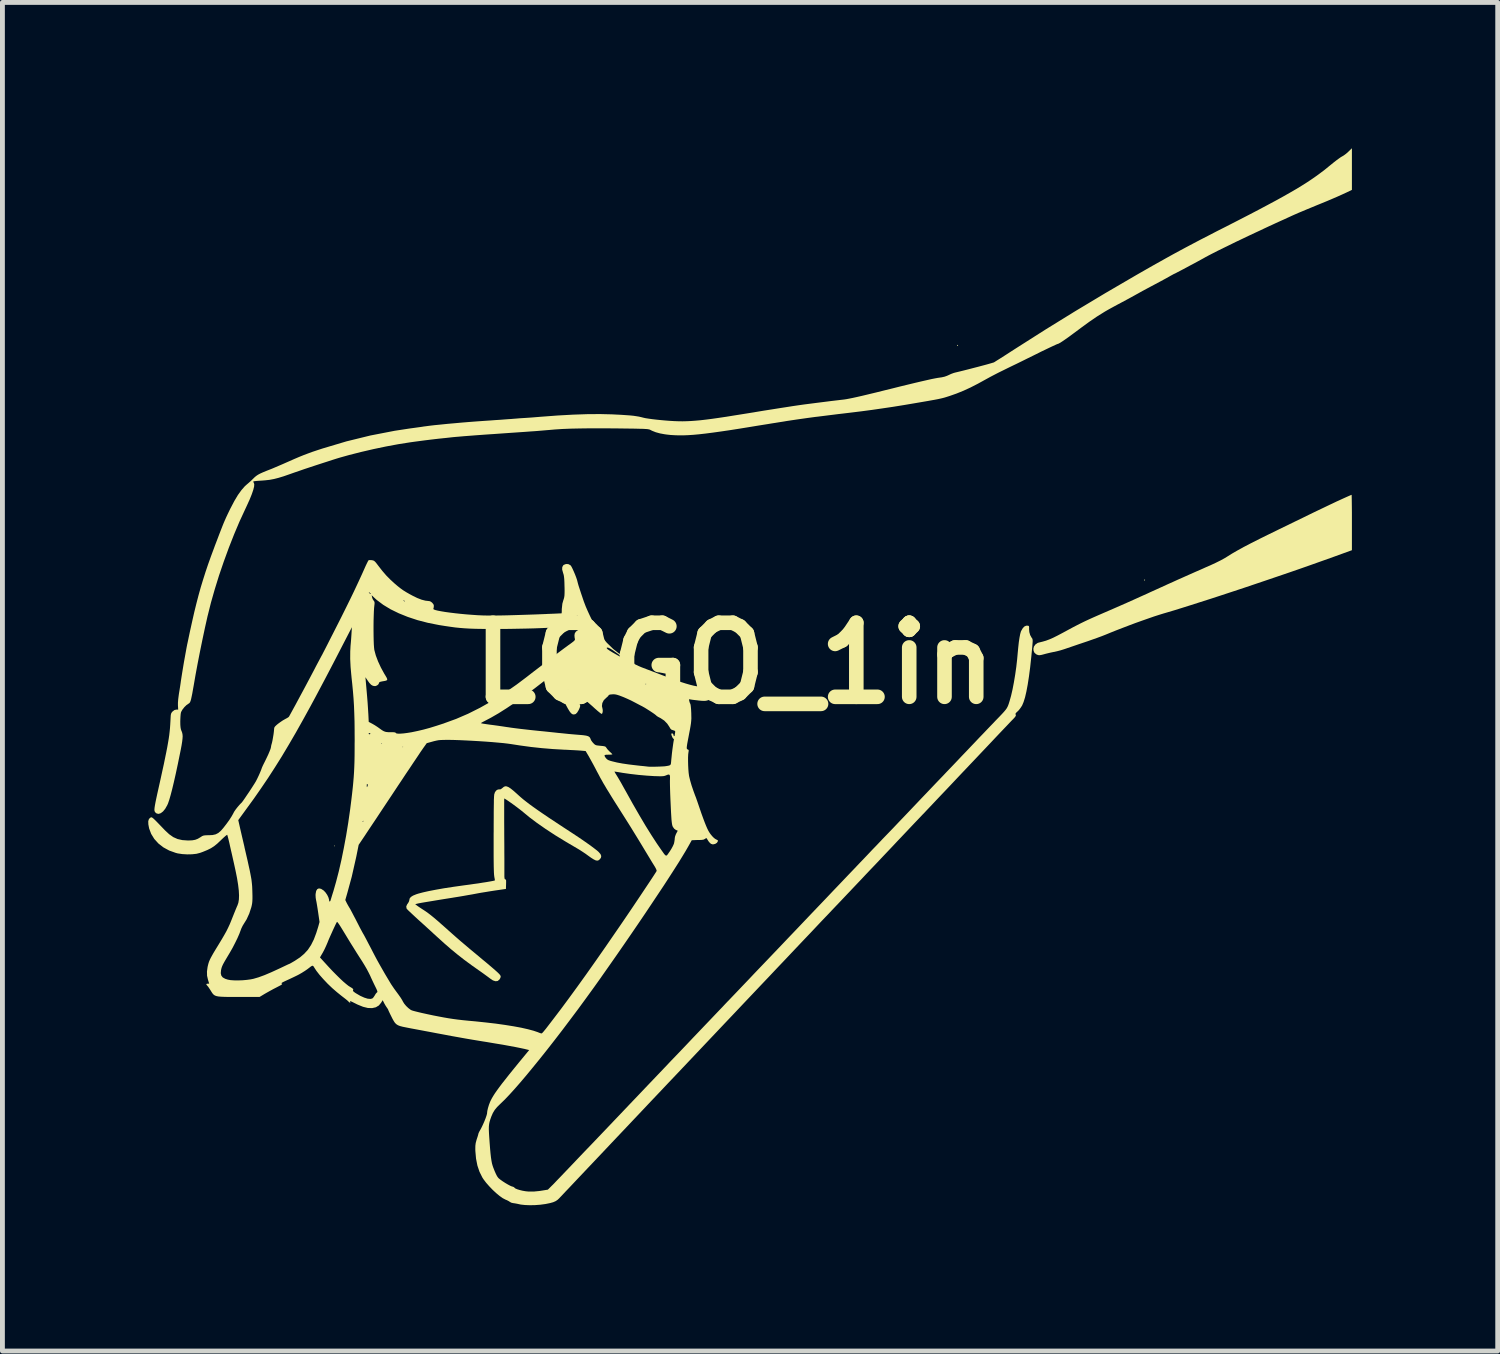
<source format=kicad_pcb>
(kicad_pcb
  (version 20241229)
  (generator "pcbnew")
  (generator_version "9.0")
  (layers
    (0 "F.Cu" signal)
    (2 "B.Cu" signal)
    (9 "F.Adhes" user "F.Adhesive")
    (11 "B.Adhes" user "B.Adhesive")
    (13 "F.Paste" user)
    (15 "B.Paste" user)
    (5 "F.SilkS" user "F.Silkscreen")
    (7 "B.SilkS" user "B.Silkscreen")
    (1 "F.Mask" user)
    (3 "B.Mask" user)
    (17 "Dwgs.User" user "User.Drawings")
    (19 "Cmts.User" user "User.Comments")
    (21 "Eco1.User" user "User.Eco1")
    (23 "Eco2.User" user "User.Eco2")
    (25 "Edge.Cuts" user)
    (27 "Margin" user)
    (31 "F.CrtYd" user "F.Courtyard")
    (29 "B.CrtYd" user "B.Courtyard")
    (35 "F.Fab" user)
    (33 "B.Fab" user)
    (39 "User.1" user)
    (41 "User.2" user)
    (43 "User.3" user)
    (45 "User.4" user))
  (footprint "LOGO_1in"
    (layer "F.Cu")
    (at 12.064 10.597)
    (property "Reference" "LOGO_1in" (at 0 0 0) (layer "F.SilkS") (effects (font (size 1.524 1.524) (thickness 0.3))))
    (attr board_only exclude_from_pos_files exclude_from_bom)
    (fp_poly (pts (xy -8.234 3.744) (xy -8.232 3.764) (xy -8.235 3.768) (xy -8.24 3.765) (xy -8.241 3.752) (xy -8.238 3.738)) (stroke (width 0) (type solid)) (fill yes) (layer "F.SilkS"))
    (fp_poly (pts (xy 4.597 -6.543) (xy 4.597 -6.54) (xy 4.588 -6.528) (xy 4.584 -6.528) (xy 4.576 -6.536) (xy 4.578 -6.54) (xy 4.59 -6.553) (xy 4.592 -6.553)) (stroke (width 0) (type solid)) (fill yes) (layer "F.SilkS"))
    (fp_poly (pts (xy 8.445 -1.717) (xy 8.445 -1.714) (xy 8.436 -1.702) (xy 8.432 -1.702) (xy 8.424 -1.71) (xy 8.426 -1.714) (xy 8.438 -1.727) (xy 8.44 -1.727)) (stroke (width 0) (type solid)) (fill yes) (layer "F.SilkS"))
    (fp_poly (pts (xy -1.569 0.153) (xy -1.53 0.158) (xy -1.484 0.164) (xy -1.44 0.172) (xy -1.402 0.18) (xy -1.383 0.184) (xy -1.363 0.196) (xy -1.359 0.204) (xy -1.371 0.213) (xy -1.406 0.213) (xy -1.448 0.207) (xy -1.484 0.199) (xy -1.525 0.187) (xy -1.565 0.173) (xy -1.595 0.161) (xy -1.606 0.154) (xy -1.597 0.152)) (stroke (width 0) (type solid)) (fill yes) (layer "F.SilkS"))
    (fp_poly (pts (xy 12.695 -3.455) (xy 12.696 -3.42) (xy 12.697 -3.364) (xy 12.698 -3.291) (xy 12.699 -3.202) (xy 12.7 -3.101) (xy 12.7 -2.99) (xy 12.7 -2.897) (xy 12.7 -2.327) (xy 12.259 -2.167) (xy 12.067 -2.099) (xy 11.862 -2.026) (xy 11.646 -1.95) (xy 11.421 -1.872) (xy 11.189 -1.793) (xy 10.954 -1.713) (xy 10.717 -1.633) (xy 10.48 -1.553) (xy 10.247 -1.476) (xy 10.019 -1.401) (xy 9.799 -1.329) (xy 9.589 -1.262) (xy 9.392 -1.199) (xy 9.211 -1.142) (xy 9.047 -1.091) (xy 8.902 -1.048) (xy 8.82 -1.024) (xy 8.736 -0.998) (xy 8.633 -0.965) (xy 8.515 -0.924) (xy 8.387 -0.879) (xy 8.252 -0.831) (xy 8.116 -0.78) (xy 7.983 -0.729) (xy 7.856 -0.68) (xy 7.741 -0.634) (xy 7.678 -0.608) (xy 7.624 -0.586) (xy 7.55 -0.557) (xy 7.463 -0.525) (xy 7.367 -0.491) (xy 7.268 -0.456) (xy 7.188 -0.429) (xy 7.095 -0.398) (xy 7.005 -0.367) (xy 6.923 -0.339) (xy 6.852 -0.315) (xy 6.797 -0.296) (xy 6.763 -0.285) (xy 6.705 -0.267) (xy 6.636 -0.249) (xy 6.571 -0.234) (xy 6.566 -0.234) (xy 6.503 -0.221) (xy 6.436 -0.205) (xy 6.38 -0.191) (xy 6.375 -0.189) (xy 6.318 -0.174) (xy 6.277 -0.167) (xy 6.246 -0.169) (xy 6.217 -0.18) (xy 6.207 -0.185) (xy 6.17 -0.215) (xy 6.151 -0.257) (xy 6.147 -0.299) (xy 6.158 -0.345) (xy 6.189 -0.388) (xy 6.232 -0.418) (xy 6.256 -0.426) (xy 6.333 -0.445) (xy 6.406 -0.466) (xy 6.478 -0.493) (xy 6.556 -0.527) (xy 6.644 -0.571) (xy 6.748 -0.626) (xy 6.763 -0.634) (xy 6.87 -0.692) (xy 6.963 -0.742) (xy 7.048 -0.786) (xy 7.129 -0.827) (xy 7.209 -0.866) (xy 7.293 -0.905) (xy 7.386 -0.947) (xy 7.491 -0.993) (xy 7.613 -1.046) (xy 7.687 -1.078) (xy 7.8 -1.127) (xy 7.93 -1.184) (xy 8.071 -1.246) (xy 8.214 -1.31) (xy 8.355 -1.374) (xy 8.487 -1.433) (xy 8.553 -1.464) (xy 8.668 -1.516) (xy 8.787 -1.57) (xy 8.907 -1.625) (xy 9.021 -1.676) (xy 9.126 -1.724) (xy 9.217 -1.764) (xy 9.277 -1.791) (xy 9.374 -1.834) (xy 9.482 -1.882) (xy 9.593 -1.93) (xy 9.697 -1.977) (xy 9.785 -2.015) (xy 9.899 -2.068) (xy 10.002 -2.119) (xy 10.089 -2.167) (xy 10.147 -2.203) (xy 10.233 -2.257) (xy 10.342 -2.32) (xy 10.474 -2.393) (xy 10.628 -2.473) (xy 10.804 -2.562) (xy 11.001 -2.66) (xy 11.005 -2.661) (xy 11.205 -2.759) (xy 11.384 -2.846) (xy 11.544 -2.924) (xy 11.685 -2.992) (xy 11.809 -3.053) (xy 11.918 -3.106) (xy 12.014 -3.152) (xy 12.098 -3.192) (xy 12.171 -3.227) (xy 12.235 -3.258) (xy 12.291 -3.284) (xy 12.341 -3.308) (xy 12.387 -3.33) (xy 12.43 -3.349) (xy 12.462 -3.364) (xy 12.532 -3.396) (xy 12.594 -3.424) (xy 12.644 -3.446) (xy 12.678 -3.461) (xy 12.694 -3.467) (xy 12.694 -3.467)) (stroke (width 0) (type solid)) (fill yes) (layer "F.SilkS"))
    (fp_poly (pts (xy -4.69 2.532) (xy -4.652 2.547) (xy -4.607 2.576) (xy -4.55 2.622) (xy -4.48 2.684) (xy -4.447 2.714) (xy -4.401 2.755) (xy -4.349 2.799) (xy -4.288 2.847) (xy -4.219 2.9) (xy -4.139 2.958) (xy -4.047 3.023) (xy -3.941 3.096) (xy -3.82 3.178) (xy -3.682 3.269) (xy -3.526 3.372) (xy -3.35 3.487) (xy -3.315 3.51) (xy -3.217 3.575) (xy -3.121 3.64) (xy -3.031 3.703) (xy -2.95 3.761) (xy -2.881 3.813) (xy -2.828 3.854) (xy -2.798 3.881) (xy -2.759 3.926) (xy -2.744 3.966) (xy -2.752 4.004) (xy -2.776 4.034) (xy -2.8 4.053) (xy -2.827 4.06) (xy -2.859 4.054) (xy -2.9 4.034) (xy -2.954 4) (xy -3.007 3.962) (xy -3.066 3.919) (xy -3.129 3.877) (xy -3.186 3.84) (xy -3.219 3.82) (xy -3.466 3.675) (xy -3.69 3.538) (xy -3.89 3.407) (xy -4.069 3.282) (xy -4.226 3.164) (xy -4.343 3.067) (xy -4.382 3.035) (xy -4.431 2.997) (xy -4.486 2.955) (xy -4.544 2.912) (xy -4.601 2.871) (xy -4.653 2.835) (xy -4.696 2.806) (xy -4.727 2.787) (xy -4.74 2.781) (xy -4.74 2.794) (xy -4.741 2.829) (xy -4.741 2.885) (xy -4.741 2.96) (xy -4.741 3.052) (xy -4.741 3.157) (xy -4.741 3.275) (xy -4.74 3.401) (xy -4.74 3.502) (xy -4.739 3.639) (xy -4.738 3.771) (xy -4.738 3.896) (xy -4.737 4.011) (xy -4.737 4.114) (xy -4.737 4.201) (xy -4.737 4.269) (xy -4.737 4.317) (xy -4.737 4.334) (xy -4.737 4.388) (xy -4.734 4.422) (xy -4.729 4.439) (xy -4.72 4.445) (xy -4.718 4.445) (xy -4.708 4.449) (xy -4.702 4.463) (xy -4.701 4.494) (xy -4.702 4.543) (xy -4.705 4.642) (xy -4.934 4.675) (xy -5.024 4.689) (xy -5.121 4.705) (xy -5.215 4.72) (xy -5.298 4.735) (xy -5.334 4.742) (xy -5.398 4.754) (xy -5.48 4.768) (xy -5.575 4.785) (xy -5.676 4.802) (xy -5.776 4.818) (xy -5.817 4.825) (xy -5.963 4.848) (xy -6.086 4.868) (xy -6.189 4.885) (xy -6.273 4.899) (xy -6.34 4.91) (xy -6.394 4.919) (xy -6.435 4.926) (xy -6.466 4.932) (xy -6.49 4.936) (xy -6.508 4.94) (xy -6.521 4.943) (xy -6.572 4.956) (xy -6.54 4.98) (xy -6.516 4.998) (xy -6.476 5.025) (xy -6.429 5.056) (xy -6.407 5.07) (xy -6.357 5.103) (xy -6.305 5.14) (xy -6.248 5.184) (xy -6.184 5.236) (xy -6.111 5.298) (xy -6.026 5.373) (xy -5.925 5.462) (xy -5.893 5.491) (xy -5.82 5.556) (xy -5.734 5.632) (xy -5.641 5.713) (xy -5.546 5.793) (xy -5.457 5.869) (xy -5.423 5.897) (xy -5.299 6) (xy -5.193 6.089) (xy -5.103 6.163) (xy -5.029 6.226) (xy -4.969 6.277) (xy -4.921 6.319) (xy -4.884 6.352) (xy -4.857 6.378) (xy -4.838 6.398) (xy -4.825 6.413) (xy -4.818 6.426) (xy -4.814 6.436) (xy -4.813 6.446) (xy -4.813 6.451) (xy -4.821 6.476) (xy -4.839 6.506) (xy -4.84 6.507) (xy -4.875 6.536) (xy -4.919 6.541) (xy -4.972 6.524) (xy -5.029 6.486) (xy -5.066 6.458) (xy -5.118 6.42) (xy -5.177 6.377) (xy -5.239 6.333) (xy -5.251 6.325) (xy -5.415 6.209) (xy -5.563 6.1) (xy -5.701 5.992) (xy -5.836 5.881) (xy -5.974 5.761) (xy -6.122 5.627) (xy -6.13 5.62) (xy -6.186 5.569) (xy -6.255 5.505) (xy -6.332 5.435) (xy -6.412 5.362) (xy -6.49 5.292) (xy -6.512 5.272) (xy -6.576 5.213) (xy -6.634 5.159) (xy -6.683 5.113) (xy -6.721 5.077) (xy -6.743 5.053) (xy -6.749 5.045) (xy -6.756 5.003) (xy -6.739 4.962) (xy -6.725 4.943) (xy -6.704 4.909) (xy -6.693 4.876) (xy -6.693 4.871) (xy -6.685 4.837) (xy -6.66 4.807) (xy -6.616 4.779) (xy -6.55 4.752) (xy -6.507 4.738) (xy -6.412 4.713) (xy -6.292 4.686) (xy -6.147 4.658) (xy -5.977 4.628) (xy -5.781 4.598) (xy -5.561 4.567) (xy -5.455 4.553) (xy -5.366 4.54) (xy -5.277 4.528) (xy -5.191 4.514) (xy -5.112 4.502) (xy -5.042 4.49) (xy -4.987 4.48) (xy -4.949 4.472) (xy -4.933 4.467) (xy -4.933 4.467) (xy -4.933 4.454) (xy -4.938 4.424) (xy -4.941 4.41) (xy -4.945 4.385) (xy -4.949 4.351) (xy -4.952 4.305) (xy -4.954 4.245) (xy -4.956 4.17) (xy -4.957 4.078) (xy -4.958 3.968) (xy -4.958 3.837) (xy -4.958 3.685) (xy -4.958 3.51) (xy -4.957 3.461) (xy -4.957 3.309) (xy -4.956 3.181) (xy -4.956 3.073) (xy -4.955 2.985) (xy -4.954 2.913) (xy -4.953 2.855) (xy -4.953 2.81) (xy -4.951 2.775) (xy -4.95 2.747) (xy -4.948 2.725) (xy -4.947 2.707) (xy -4.946 2.699) (xy -4.931 2.652) (xy -4.904 2.616) (xy -4.87 2.596) (xy -4.842 2.594) (xy -4.812 2.591) (xy -4.778 2.566) (xy -4.776 2.564) (xy -4.749 2.542) (xy -4.721 2.53)) (stroke (width 0) (type solid)) (fill yes) (layer "F.SilkS"))
    (fp_poly (pts (xy 12.7 -10.169) (xy 12.7 -9.74) (xy 12.583 -9.684) (xy 12.5 -9.646) (xy 12.409 -9.605) (xy 12.305 -9.56) (xy 12.185 -9.509) (xy 12.046 -9.452) (xy 11.982 -9.426) (xy 11.859 -9.375) (xy 11.757 -9.333) (xy 11.672 -9.297) (xy 11.602 -9.268) (xy 11.543 -9.242) (xy 11.493 -9.22) (xy 11.449 -9.2) (xy 11.43 -9.191) (xy 11.377 -9.167) (xy 11.31 -9.136) (xy 11.241 -9.105) (xy 11.201 -9.087) (xy 11.133 -9.056) (xy 11.06 -9.022) (xy 10.992 -8.991) (xy 10.96 -8.976) (xy 10.898 -8.947) (xy 10.825 -8.912) (xy 10.754 -8.879) (xy 10.732 -8.869) (xy 10.591 -8.803) (xy 10.451 -8.736) (xy 10.312 -8.67) (xy 10.18 -8.605) (xy 10.055 -8.544) (xy 9.941 -8.488) (xy 9.841 -8.437) (xy 9.758 -8.394) (xy 9.694 -8.36) (xy 9.68 -8.352) (xy 9.641 -8.33) (xy 9.588 -8.301) (xy 9.524 -8.266) (xy 9.454 -8.228) (xy 9.38 -8.189) (xy 9.306 -8.149) (xy 9.235 -8.111) (xy 9.17 -8.077) (xy 9.116 -8.049) (xy 9.075 -8.027) (xy 9.052 -8.016) (xy 9.047 -8.014) (xy 9.034 -8.008) (xy 9.005 -7.992) (xy 8.964 -7.97) (xy 8.944 -7.958) (xy 8.883 -7.924) (xy 8.815 -7.887) (xy 8.754 -7.854) (xy 8.75 -7.852) (xy 8.651 -7.799) (xy 8.557 -7.749) (xy 8.471 -7.703) (xy 8.397 -7.663) (xy 8.337 -7.63) (xy 8.295 -7.606) (xy 8.274 -7.595) (xy 8.249 -7.581) (xy 8.208 -7.558) (xy 8.153 -7.528) (xy 8.092 -7.495) (xy 8.065 -7.48) (xy 7.964 -7.426) (xy 7.883 -7.383) (xy 7.818 -7.348) (xy 7.765 -7.319) (xy 7.723 -7.296) (xy 7.687 -7.276) (xy 7.654 -7.257) (xy 7.621 -7.238) (xy 7.595 -7.222) (xy 7.454 -7.134) (xy 7.299 -7.028) (xy 7.133 -6.907) (xy 7.093 -6.877) (xy 6.981 -6.794) (xy 6.884 -6.722) (xy 6.802 -6.664) (xy 6.736 -6.619) (xy 6.687 -6.589) (xy 6.657 -6.573) (xy 6.651 -6.572) (xy 6.633 -6.566) (xy 6.595 -6.549) (xy 6.541 -6.524) (xy 6.473 -6.492) (xy 6.394 -6.454) (xy 6.306 -6.412) (xy 6.255 -6.386) (xy 6.148 -6.333) (xy 6.034 -6.277) (xy 5.917 -6.219) (xy 5.805 -6.164) (xy 5.703 -6.115) (xy 5.617 -6.073) (xy 5.613 -6.071) (xy 5.524 -6.027) (xy 5.43 -5.981) (xy 5.339 -5.934) (xy 5.257 -5.891) (xy 5.19 -5.854) (xy 5.175 -5.846) (xy 5.006 -5.753) (xy 4.852 -5.674) (xy 4.706 -5.607) (xy 4.565 -5.55) (xy 4.423 -5.5) (xy 4.413 -5.497) (xy 4.363 -5.481) (xy 4.321 -5.468) (xy 4.28 -5.457) (xy 4.237 -5.447) (xy 4.187 -5.436) (xy 4.125 -5.424) (xy 4.046 -5.41) (xy 3.974 -5.397) (xy 3.718 -5.353) (xy 3.481 -5.313) (xy 3.258 -5.277) (xy 3.042 -5.245) (xy 2.828 -5.214) (xy 2.61 -5.185) (xy 2.382 -5.157) (xy 2.273 -5.144) (xy 2.215 -5.137) (xy 2.136 -5.128) (xy 2.041 -5.116) (xy 1.936 -5.103) (xy 1.825 -5.089) (xy 1.713 -5.075) (xy 1.651 -5.068) (xy 1.585 -5.059) (xy 1.503 -5.048) (xy 1.412 -5.035) (xy 1.319 -5.022) (xy 1.231 -5.009) (xy 1.156 -4.998) (xy 1.111 -4.991) (xy 1.071 -4.985) (xy 1.013 -4.975) (xy 0.943 -4.964) (xy 0.868 -4.952) (xy 0.838 -4.947) (xy 0.766 -4.936) (xy 0.676 -4.921) (xy 0.575 -4.905) (xy 0.469 -4.888) (xy 0.366 -4.871) (xy 0.33 -4.865) (xy 0.102 -4.828) (xy -0.102 -4.796) (xy -0.286 -4.769) (xy -0.451 -4.746) (xy -0.599 -4.727) (xy -0.731 -4.712) (xy -0.85 -4.701) (xy -0.959 -4.694) (xy -1.058 -4.69) (xy -1.149 -4.69) (xy -1.236 -4.693) (xy -1.319 -4.698) (xy -1.4 -4.707) (xy -1.442 -4.713) (xy -1.534 -4.73) (xy -1.622 -4.754) (xy -1.698 -4.784) (xy -1.733 -4.802) (xy -1.744 -4.807) (xy -1.757 -4.812) (xy -1.775 -4.815) (xy -1.8 -4.819) (xy -1.834 -4.821) (xy -1.88 -4.824) (xy -1.939 -4.825) (xy -2.014 -4.827) (xy -2.106 -4.829) (xy -2.218 -4.83) (xy -2.353 -4.832) (xy -2.445 -4.833) (xy -2.713 -4.835) (xy -2.956 -4.835) (xy -3.175 -4.832) (xy -3.371 -4.828) (xy -3.545 -4.821) (xy -3.697 -4.811) (xy -3.823 -4.8) (xy -3.873 -4.796) (xy -3.943 -4.79) (xy -4.026 -4.783) (xy -4.115 -4.776) (xy -4.206 -4.77) (xy -4.216 -4.769) (xy -4.312 -4.762) (xy -4.414 -4.755) (xy -4.514 -4.748) (xy -4.603 -4.742) (xy -4.674 -4.737) (xy -4.761 -4.731) (xy -4.86 -4.724) (xy -4.957 -4.717) (xy -5.036 -4.712) (xy -5.179 -4.702) (xy -5.316 -4.692) (xy -5.445 -4.682) (xy -5.563 -4.673) (xy -5.665 -4.664) (xy -5.75 -4.657) (xy -5.813 -4.651) (xy -5.829 -4.649) (xy -5.891 -4.642) (xy -5.955 -4.635) (xy -6.008 -4.63) (xy -6.013 -4.629) (xy -6.082 -4.622) (xy -6.17 -4.612) (xy -6.27 -4.6) (xy -6.376 -4.587) (xy -6.481 -4.573) (xy -6.58 -4.56) (xy -6.666 -4.548) (xy -6.68 -4.546) (xy -6.92 -4.508) (xy -7.173 -4.461) (xy -7.431 -4.407) (xy -7.685 -4.348) (xy -7.929 -4.286) (xy -8.115 -4.234) (xy -8.185 -4.213) (xy -8.274 -4.185) (xy -8.378 -4.151) (xy -8.493 -4.114) (xy -8.613 -4.075) (xy -8.734 -4.035) (xy -8.852 -3.996) (xy -8.961 -3.958) (xy -9.058 -3.925) (xy -9.137 -3.897) (xy -9.157 -3.89) (xy -9.278 -3.848) (xy -9.383 -3.816) (xy -9.477 -3.792) (xy -9.567 -3.775) (xy -9.658 -3.765) (xy -9.719 -3.76) (xy -9.783 -3.756) (xy -9.838 -3.752) (xy -9.878 -3.747) (xy -9.9 -3.743) (xy -9.902 -3.742) (xy -9.901 -3.728) (xy -9.893 -3.715) (xy -9.883 -3.685) (xy -9.886 -3.637) (xy -9.903 -3.569) (xy -9.933 -3.481) (xy -9.976 -3.374) (xy -10.034 -3.246) (xy -10.073 -3.162) (xy -10.186 -2.918) (xy -10.297 -2.655) (xy -10.406 -2.378) (xy -10.51 -2.093) (xy -10.608 -1.806) (xy -10.696 -1.522) (xy -10.774 -1.248) (xy -10.839 -0.988) (xy -10.842 -0.978) (xy -10.897 -0.733) (xy -10.95 -0.483) (xy -11.001 -0.234) (xy -11.048 0.006) (xy -11.09 0.232) (xy -11.106 0.324) (xy -11.127 0.446) (xy -11.145 0.546) (xy -11.159 0.626) (xy -11.172 0.688) (xy -11.182 0.735) (xy -11.192 0.77) (xy -11.201 0.793) (xy -11.21 0.809) (xy -11.22 0.82) (xy -11.231 0.828) (xy -11.237 0.831) (xy -11.278 0.86) (xy -11.321 0.902) (xy -11.359 0.95) (xy -11.385 0.996) (xy -11.391 1.011) (xy -11.397 1.045) (xy -11.401 1.096) (xy -11.404 1.156) (xy -11.405 1.198) (xy -11.404 1.266) (xy -11.4 1.316) (xy -11.393 1.355) (xy -11.381 1.39) (xy -11.377 1.398) (xy -11.366 1.429) (xy -11.359 1.463) (xy -11.356 1.502) (xy -11.359 1.55) (xy -11.366 1.61) (xy -11.378 1.686) (xy -11.396 1.782) (xy -11.411 1.855) (xy -11.456 2.076) (xy -11.498 2.273) (xy -11.537 2.445) (xy -11.572 2.591) (xy -11.604 2.713) (xy -11.632 2.81) (xy -11.657 2.883) (xy -11.673 2.919) (xy -11.715 2.993) (xy -11.76 3.048) (xy -11.806 3.083) (xy -11.85 3.098) (xy -11.89 3.09) (xy -11.913 3.073) (xy -11.923 3.061) (xy -11.931 3.048) (xy -11.936 3.03) (xy -11.937 3.005) (xy -11.934 2.972) (xy -11.927 2.926) (xy -11.916 2.865) (xy -11.9 2.787) (xy -11.879 2.689) (xy -11.857 2.591) (xy -11.814 2.398) (xy -11.777 2.228) (xy -11.744 2.078) (xy -11.717 1.946) (xy -11.693 1.829) (xy -11.673 1.726) (xy -11.657 1.635) (xy -11.643 1.553) (xy -11.632 1.477) (xy -11.624 1.406) (xy -11.617 1.337) (xy -11.612 1.268) (xy -11.608 1.198) (xy -11.604 1.122) (xy -11.604 1.121) (xy -11.601 1.071) (xy -11.595 1.038) (xy -11.583 1.014) (xy -11.564 0.991) (xy -11.524 0.961) (xy -11.488 0.953) (xy -11.448 0.953) (xy -11.453 0.867) (xy -11.453 0.813) (xy -11.448 0.743) (xy -11.438 0.665) (xy -11.432 0.622) (xy -11.42 0.549) (xy -11.408 0.474) (xy -11.398 0.406) (xy -11.392 0.362) (xy -11.381 0.291) (xy -11.367 0.202) (xy -11.35 0.099) (xy -11.332 -0.01) (xy -11.312 -0.121) (xy -11.293 -0.226) (xy -11.276 -0.32) (xy -11.261 -0.397) (xy -11.257 -0.413) (xy -11.208 -0.646) (xy -11.161 -0.859) (xy -11.117 -1.053) (xy -11.073 -1.232) (xy -11.029 -1.401) (xy -10.984 -1.563) (xy -10.936 -1.72) (xy -10.886 -1.878) (xy -10.832 -2.038) (xy -10.772 -2.206) (xy -10.706 -2.383) (xy -10.693 -2.419) (xy -10.644 -2.547) (xy -10.603 -2.655) (xy -10.568 -2.745) (xy -10.538 -2.822) (xy -10.511 -2.889) (xy -10.485 -2.949) (xy -10.46 -3.005) (xy -10.434 -3.061) (xy -10.405 -3.121) (xy -10.373 -3.187) (xy -10.369 -3.194) (xy -10.293 -3.339) (xy -10.219 -3.463) (xy -10.146 -3.564) (xy -10.077 -3.643) (xy -10.038 -3.678) (xy -9.997 -3.713) (xy -9.949 -3.756) (xy -9.904 -3.8) (xy -9.903 -3.801) (xy -9.871 -3.832) (xy -9.84 -3.857) (xy -9.806 -3.88) (xy -9.763 -3.903) (xy -9.708 -3.928) (xy -9.636 -3.958) (xy -9.572 -3.983) (xy -9.526 -4.001) (xy -9.462 -4.028) (xy -9.385 -4.061) (xy -9.301 -4.097) (xy -9.215 -4.135) (xy -9.183 -4.149) (xy -9.063 -4.202) (xy -8.96 -4.246) (xy -8.866 -4.284) (xy -8.776 -4.318) (xy -8.683 -4.352) (xy -8.581 -4.386) (xy -8.477 -4.42) (xy -7.987 -4.566) (xy -7.494 -4.687) (xy -6.994 -4.784) (xy -6.68 -4.832) (xy -6.598 -4.843) (xy -6.518 -4.854) (xy -6.446 -4.864) (xy -6.389 -4.873) (xy -6.356 -4.877) (xy -6.274 -4.888) (xy -6.171 -4.9) (xy -6.049 -4.912) (xy -5.912 -4.926) (xy -5.765 -4.939) (xy -5.61 -4.953) (xy -5.451 -4.966) (xy -5.292 -4.978) (xy -5.137 -4.989) (xy -5.016 -4.997) (xy -4.923 -5.004) (xy -4.827 -5.01) (xy -4.736 -5.017) (xy -4.656 -5.023) (xy -4.594 -5.027) (xy -4.585 -5.028) (xy -4.509 -5.034) (xy -4.425 -5.041) (xy -4.347 -5.046) (xy -4.312 -5.048) (xy -4.254 -5.052) (xy -4.178 -5.057) (xy -4.093 -5.064) (xy -4.008 -5.071) (xy -3.969 -5.074) (xy -3.635 -5.099) (xy -3.325 -5.116) (xy -3.036 -5.126) (xy -2.768 -5.128) (xy -2.52 -5.122) (xy -2.464 -5.119) (xy -2.34 -5.113) (xy -2.238 -5.106) (xy -2.153 -5.1) (xy -2.083 -5.093) (xy -2.022 -5.084) (xy -1.967 -5.075) (xy -1.915 -5.063) (xy -1.88 -5.054) (xy -1.836 -5.044) (xy -1.772 -5.034) (xy -1.694 -5.023) (xy -1.607 -5.013) (xy -1.518 -5.004) (xy -1.419 -4.995) (xy -1.327 -4.988) (xy -1.239 -4.983) (xy -1.155 -4.98) (xy -1.072 -4.979) (xy -0.986 -4.981) (xy -0.898 -4.985) (xy -0.803 -4.992) (xy -0.701 -5.001) (xy -0.589 -5.014) (xy -0.464 -5.03) (xy -0.325 -5.05) (xy -0.17 -5.073) (xy 0.003 -5.101) (xy 0.198 -5.132) (xy 0.415 -5.167) (xy 0.425 -5.169) (xy 0.612 -5.2) (xy 0.778 -5.226) (xy 0.928 -5.25) (xy 1.064 -5.271) (xy 1.191 -5.291) (xy 1.313 -5.309) (xy 1.434 -5.326) (xy 1.559 -5.342) (xy 1.691 -5.359) (xy 1.834 -5.377) (xy 1.992 -5.397) (xy 2.17 -5.418) (xy 2.256 -5.428) (xy 2.301 -5.435) (xy 2.359 -5.446) (xy 2.434 -5.461) (xy 2.525 -5.481) (xy 2.634 -5.506) (xy 2.763 -5.537) (xy 2.913 -5.573) (xy 3.085 -5.616) (xy 3.224 -5.65) (xy 3.403 -5.695) (xy 3.568 -5.735) (xy 3.717 -5.771) (xy 3.849 -5.802) (xy 3.963 -5.828) (xy 4.056 -5.849) (xy 4.128 -5.863) (xy 4.177 -5.872) (xy 4.183 -5.873) (xy 4.26 -5.884) (xy 4.319 -5.897) (xy 4.367 -5.914) (xy 4.403 -5.93) (xy 4.452 -5.953) (xy 4.503 -5.972) (xy 4.534 -5.981) (xy 4.589 -5.994) (xy 4.659 -6.011) (xy 4.739 -6.031) (xy 4.826 -6.053) (xy 4.917 -6.077) (xy 5.007 -6.1) (xy 5.093 -6.123) (xy 5.172 -6.144) (xy 5.239 -6.163) (xy 5.291 -6.178) (xy 5.325 -6.188) (xy 5.336 -6.192) (xy 5.354 -6.203) (xy 5.39 -6.226) (xy 5.443 -6.259) (xy 5.511 -6.302) (xy 5.589 -6.352) (xy 5.677 -6.409) (xy 5.772 -6.47) (xy 5.819 -6.5) (xy 6.401 -6.87) (xy 7.005 -7.243) (xy 7.63 -7.618) (xy 8.271 -7.992) (xy 8.458 -8.099) (xy 8.614 -8.188) (xy 8.759 -8.269) (xy 8.896 -8.346) (xy 9.028 -8.419) (xy 9.159 -8.49) (xy 9.293 -8.562) (xy 9.433 -8.636) (xy 9.581 -8.714) (xy 9.743 -8.797) (xy 9.92 -8.889) (xy 10.116 -8.988) (xy 10.36 -9.113) (xy 10.583 -9.228) (xy 10.786 -9.334) (xy 10.97 -9.432) (xy 11.138 -9.522) (xy 11.29 -9.606) (xy 11.429 -9.685) (xy 11.555 -9.758) (xy 11.67 -9.828) (xy 11.776 -9.895) (xy 11.875 -9.961) (xy 11.967 -10.025) (xy 12.054 -10.089) (xy 12.139 -10.153) (xy 12.221 -10.22) (xy 12.26 -10.252) (xy 12.322 -10.302) (xy 12.381 -10.348) (xy 12.433 -10.386) (xy 12.474 -10.415) (xy 12.497 -10.428) (xy 12.534 -10.45) (xy 12.58 -10.484) (xy 12.624 -10.523) (xy 12.627 -10.526) (xy 12.7 -10.597)) (stroke (width 0) (type solid)) (fill yes) (layer "F.SilkS"))
    (fp_poly (pts (xy -7.477 -2.123) (xy -7.465 -2.122) (xy -7.439 -2.117) (xy -7.418 -2.108) (xy -7.397 -2.09) (xy -7.371 -2.06) (xy -7.335 -2.013) (xy -7.333 -2.01) (xy -7.248 -1.901) (xy -7.167 -1.807) (xy -7.082 -1.721) (xy -6.989 -1.636) (xy -6.926 -1.583) (xy -6.871 -1.54) (xy -6.818 -1.502) (xy -6.759 -1.465) (xy -6.689 -1.425) (xy -6.626 -1.391) (xy -6.53 -1.344) (xy -6.44 -1.309) (xy -6.362 -1.289) (xy -6.308 -1.283) (xy -6.266 -1.277) (xy -6.231 -1.254) (xy -6.221 -1.244) (xy -6.197 -1.216) (xy -6.188 -1.187) (xy -6.191 -1.149) (xy -6.199 -1.118) (xy -6.189 -1.108) (xy -6.157 -1.096) (xy -6.105 -1.083) (xy -6.036 -1.07) (xy -5.952 -1.056) (xy -5.856 -1.043) (xy -5.75 -1.03) (xy -5.639 -1.018) (xy -5.523 -1.007) (xy -5.406 -0.998) (xy -5.291 -0.99) (xy -5.18 -0.985) (xy -5.169 -0.985) (xy -5.084 -0.983) (xy -4.974 -0.983) (xy -4.842 -0.984) (xy -4.688 -0.987) (xy -4.514 -0.992) (xy -4.32 -0.998) (xy -4.109 -1.005) (xy -3.881 -1.014) (xy -3.848 -1.016) (xy -3.766 -1.019) (xy -3.692 -1.022) (xy -3.632 -1.025) (xy -3.587 -1.027) (xy -3.563 -1.028) (xy -3.559 -1.028) (xy -3.558 -1.04) (xy -3.556 -1.071) (xy -3.556 -1.114) (xy -3.556 -1.115) (xy -3.544 -1.227) (xy -3.526 -1.291) (xy -3.514 -1.327) (xy -3.506 -1.359) (xy -3.501 -1.393) (xy -3.499 -1.434) (xy -3.498 -1.489) (xy -3.499 -1.562) (xy -3.5 -1.586) (xy -3.502 -1.669) (xy -3.505 -1.732) (xy -3.51 -1.779) (xy -3.516 -1.817) (xy -3.526 -1.85) (xy -3.53 -1.863) (xy -3.548 -1.929) (xy -3.546 -1.98) (xy -3.525 -2.017) (xy -3.514 -2.026) (xy -3.469 -2.043) (xy -3.421 -2.041) (xy -3.38 -2.019) (xy -3.373 -2.013) (xy -3.356 -1.988) (xy -3.334 -1.944) (xy -3.309 -1.889) (xy -3.283 -1.828) (xy -3.26 -1.768) (xy -3.242 -1.715) (xy -3.232 -1.676) (xy -3.224 -1.644) (xy -3.209 -1.592) (xy -3.187 -1.525) (xy -3.161 -1.445) (xy -3.132 -1.359) (xy -3.101 -1.268) (xy -3.092 -1.245) (xy -3.064 -1.171) (xy -3.026 -1.083) (xy -2.981 -0.985) (xy -2.932 -0.884) (xy -2.883 -0.788) (xy -2.844 -0.715) (xy -2.748 -0.566) (xy -2.631 -0.425) (xy -2.499 -0.296) (xy -2.357 -0.185) (xy -2.316 -0.158) (xy -2.262 -0.123) (xy -2.228 -0.101) (xy -2.214 -0.09) (xy -2.218 -0.09) (xy -2.24 -0.1) (xy -2.269 -0.114) (xy -2.319 -0.141) (xy -2.377 -0.177) (xy -2.427 -0.213) (xy -2.501 -0.266) (xy -2.559 -0.303) (xy -2.601 -0.322) (xy -2.627 -0.324) (xy -2.63 -0.321) (xy -2.631 -0.309) (xy -2.614 -0.29) (xy -2.575 -0.263) (xy -2.571 -0.26) (xy -2.505 -0.22) (xy -2.424 -0.174) (xy -2.334 -0.124) (xy -2.239 -0.074) (xy -2.144 -0.026) (xy -2.055 0.018) (xy -1.977 0.055) (xy -1.916 0.081) (xy -1.911 0.083) (xy -1.775 0.135) (xy -1.659 0.179) (xy -1.563 0.216) (xy -1.482 0.247) (xy -1.416 0.272) (xy -1.36 0.293) (xy -1.314 0.31) (xy -1.273 0.325) (xy -1.236 0.338) (xy -1.213 0.346) (xy -1.097 0.387) (xy -0.999 0.418) (xy -0.915 0.442) (xy -0.84 0.461) (xy -0.77 0.474) (xy -0.698 0.483) (xy -0.622 0.49) (xy -0.621 0.49) (xy -0.564 0.496) (xy -0.512 0.504) (xy -0.474 0.514) (xy -0.464 0.518) (xy -0.417 0.546) (xy -0.384 0.577) (xy -0.369 0.607) (xy -0.368 0.612) (xy -0.379 0.641) (xy -0.408 0.675) (xy -0.449 0.709) (xy -0.496 0.739) (xy -0.539 0.757) (xy -0.573 0.767) (xy -0.603 0.772) (xy -0.637 0.773) (xy -0.682 0.771) (xy -0.743 0.765) (xy -0.758 0.763) (xy -0.818 0.756) (xy -0.869 0.75) (xy -0.907 0.744) (xy -0.924 0.74) (xy -0.936 0.739) (xy -0.937 0.755) (xy -0.933 0.776) (xy -0.923 0.81) (xy -0.912 0.834) (xy -0.911 0.835) (xy -0.906 0.853) (xy -0.901 0.891) (xy -0.896 0.944) (xy -0.893 1.007) (xy -0.892 1.019) (xy -0.891 1.082) (xy -0.89 1.134) (xy -0.893 1.182) (xy -0.898 1.233) (xy -0.907 1.292) (xy -0.92 1.366) (xy -0.931 1.422) (xy -0.95 1.523) (xy -0.965 1.602) (xy -0.976 1.661) (xy -0.982 1.704) (xy -0.985 1.733) (xy -0.984 1.752) (xy -0.98 1.763) (xy -0.974 1.768) (xy -0.965 1.772) (xy -0.948 1.781) (xy -0.944 1.798) (xy -0.949 1.827) (xy -0.955 1.872) (xy -0.958 1.937) (xy -0.958 2.014) (xy -0.956 2.096) (xy -0.952 2.178) (xy -0.946 2.252) (xy -0.938 2.312) (xy -0.935 2.328) (xy -0.914 2.414) (xy -0.885 2.514) (xy -0.85 2.617) (xy -0.814 2.716) (xy -0.813 2.718) (xy -0.794 2.767) (xy -0.777 2.816) (xy -0.769 2.838) (xy -0.721 2.979) (xy -0.68 3.098) (xy -0.644 3.197) (xy -0.613 3.279) (xy -0.586 3.346) (xy -0.562 3.401) (xy -0.539 3.447) (xy -0.517 3.484) (xy -0.496 3.514) (xy -0.461 3.557) (xy -0.424 3.594) (xy -0.394 3.616) (xy -0.365 3.631) (xy -0.347 3.64) (xy -0.345 3.641) (xy -0.345 3.653) (xy -0.349 3.671) (xy -0.366 3.694) (xy -0.397 3.714) (xy -0.401 3.716) (xy -0.447 3.726) (xy -0.487 3.714) (xy -0.524 3.679) (xy -0.541 3.655) (xy -0.561 3.623) (xy -0.576 3.601) (xy -0.579 3.595) (xy -0.591 3.599) (xy -0.608 3.612) (xy -0.641 3.628) (xy -0.688 3.634) (xy -0.734 3.635) (xy -0.789 3.636) (xy -0.813 3.637) (xy -0.882 3.64) (xy -0.956 3.772) (xy -1.008 3.862) (xy -1.074 3.971) (xy -1.152 4.098) (xy -1.243 4.241) (xy -1.344 4.398) (xy -1.455 4.569) (xy -1.576 4.751) (xy -1.704 4.943) (xy -1.839 5.145) (xy -1.98 5.353) (xy -2.126 5.567) (xy -2.276 5.785) (xy -2.429 6.006) (xy -2.585 6.229) (xy -2.741 6.451) (xy -2.741 6.452) (xy -2.9 6.675) (xy -3.061 6.897) (xy -3.222 7.117) (xy -3.384 7.333) (xy -3.543 7.544) (xy -3.7 7.748) (xy -3.854 7.945) (xy -4.002 8.131) (xy -4.145 8.307) (xy -4.28 8.471) (xy -4.407 8.621) (xy -4.525 8.756) (xy -4.632 8.874) (xy -4.727 8.974) (xy -4.81 9.054) (xy -4.82 9.064) (xy -4.886 9.128) (xy -4.935 9.188) (xy -4.974 9.252) (xy -5.007 9.328) (xy -5.028 9.388) (xy -5.042 9.435) (xy -5.051 9.48) (xy -5.056 9.529) (xy -5.057 9.587) (xy -5.054 9.66) (xy -5.05 9.728) (xy -5.04 9.869) (xy -5.031 9.987) (xy -5.022 10.085) (xy -5.013 10.165) (xy -5.003 10.231) (xy -4.993 10.285) (xy -4.981 10.329) (xy -4.97 10.363) (xy -4.938 10.445) (xy -4.911 10.506) (xy -4.888 10.551) (xy -4.866 10.582) (xy -4.853 10.596) (xy -4.817 10.625) (xy -4.769 10.659) (xy -4.716 10.693) (xy -4.663 10.724) (xy -4.616 10.749) (xy -4.583 10.763) (xy -4.577 10.764) (xy -4.547 10.774) (xy -4.529 10.788) (xy -4.529 10.789) (xy -4.512 10.804) (xy -4.475 10.82) (xy -4.424 10.836) (xy -4.363 10.851) (xy -4.299 10.862) (xy -4.239 10.868) (xy -4.131 10.868) (xy -4.011 10.856) (xy -3.985 10.852) (xy -3.842 10.829) (xy -3.758 10.745) (xy -3.74 10.728) (xy -3.706 10.693) (xy -3.657 10.641) (xy -3.592 10.574) (xy -3.514 10.492) (xy -3.423 10.397) (xy -3.319 10.288) (xy -3.205 10.168) (xy -3.08 10.037) (xy -2.945 9.897) (xy -2.802 9.747) (xy -2.651 9.589) (xy -2.494 9.424) (xy -2.331 9.253) (xy -2.163 9.076) (xy -1.99 8.895) (xy -1.973 8.877) (xy -1.8 8.695) (xy -1.63 8.517) (xy -1.464 8.343) (xy -1.304 8.174) (xy -1.149 8.013) (xy -1.002 7.859) (xy -0.864 7.713) (xy -0.734 7.577) (xy -0.614 7.451) (xy -0.505 7.337) (xy -0.408 7.235) (xy -0.324 7.147) (xy -0.253 7.073) (xy -0.198 7.014) (xy -0.158 6.972) (xy -0.134 6.947) (xy -0.133 6.947) (xy -0.079 6.89) (xy -0.009 6.817) (xy 0.076 6.728) (xy 0.174 6.625) (xy 0.284 6.51) (xy 0.404 6.383) (xy 0.534 6.247) (xy 0.672 6.103) (xy 0.816 5.952) (xy 0.965 5.796) (xy 1.117 5.636) (xy 1.272 5.474) (xy 1.427 5.311) (xy 1.582 5.148) (xy 1.735 4.988) (xy 1.885 4.831) (xy 2.029 4.679) (xy 2.101 4.604) (xy 2.222 4.477) (xy 2.34 4.353) (xy 2.455 4.233) (xy 2.563 4.119) (xy 2.665 4.013) (xy 2.758 3.915) (xy 2.84 3.828) (xy 2.912 3.754) (xy 2.97 3.693) (xy 3.013 3.648) (xy 3.04 3.619) (xy 3.156 3.499) (xy 3.266 3.385) (xy 3.374 3.271) (xy 3.487 3.153) (xy 3.609 3.025) (xy 3.683 2.947) (xy 3.761 2.865) (xy 3.85 2.771) (xy 3.946 2.671) (xy 4.043 2.569) (xy 4.136 2.471) (xy 4.21 2.394) (xy 4.285 2.316) (xy 4.372 2.224) (xy 4.47 2.122) (xy 4.572 2.015) (xy 4.675 1.906) (xy 4.776 1.801) (xy 4.864 1.708) (xy 4.95 1.618) (xy 5.036 1.527) (xy 5.12 1.44) (xy 5.197 1.359) (xy 5.267 1.286) (xy 5.326 1.225) (xy 5.37 1.178) (xy 5.38 1.168) (xy 5.449 1.097) (xy 5.503 1.04) (xy 5.544 0.995) (xy 5.575 0.958) (xy 5.598 0.926) (xy 5.615 0.895) (xy 5.629 0.863) (xy 5.642 0.826) (xy 5.656 0.78) (xy 5.657 0.778) (xy 5.688 0.667) (xy 5.718 0.537) (xy 5.746 0.391) (xy 5.772 0.236) (xy 5.795 0.075) (xy 5.813 -0.085) (xy 5.823 -0.197) (xy 5.835 -0.323) (xy 5.847 -0.434) (xy 5.861 -0.527) (xy 5.875 -0.6) (xy 5.889 -0.651) (xy 5.895 -0.665) (xy 5.928 -0.722) (xy 5.961 -0.757) (xy 5.996 -0.773) (xy 6.016 -0.775) (xy 6.042 -0.773) (xy 6.055 -0.764) (xy 6.059 -0.74) (xy 6.058 -0.703) (xy 6.063 -0.643) (xy 6.081 -0.581) (xy 6.109 -0.53) (xy 6.11 -0.528) (xy 6.119 -0.517) (xy 6.125 -0.507) (xy 6.129 -0.493) (xy 6.132 -0.474) (xy 6.132 -0.446) (xy 6.129 -0.407) (xy 6.125 -0.352) (xy 6.118 -0.28) (xy 6.109 -0.187) (xy 6.104 -0.136) (xy 6.081 0.078) (xy 6.056 0.269) (xy 6.03 0.437) (xy 6.003 0.581) (xy 5.975 0.701) (xy 5.945 0.797) (xy 5.915 0.868) (xy 5.915 0.868) (xy 5.884 0.916) (xy 5.848 0.963) (xy 5.823 0.988) (xy 5.792 1.017) (xy 5.779 1.036) (xy 5.781 1.052) (xy 5.783 1.057) (xy 5.787 1.07) (xy 5.781 1.087) (xy 5.764 1.111) (xy 5.731 1.147) (xy 5.707 1.171) (xy 5.685 1.194) (xy 5.647 1.234) (xy 5.595 1.289) (xy 5.529 1.358) (xy 5.451 1.44) (xy 5.363 1.533) (xy 5.266 1.636) (xy 5.161 1.747) (xy 5.05 1.864) (xy 4.934 1.987) (xy 4.814 2.113) (xy 4.807 2.121) (xy 4.686 2.248) (xy 4.568 2.373) (xy 4.455 2.493) (xy 4.347 2.607) (xy 4.246 2.713) (xy 4.154 2.81) (xy 4.072 2.897) (xy 4.002 2.971) (xy 3.944 3.032) (xy 3.902 3.077) (xy 3.875 3.105) (xy 3.874 3.105) (xy 3.828 3.154) (xy 3.769 3.216) (xy 3.702 3.286) (xy 3.632 3.36) (xy 3.564 3.432) (xy 3.549 3.448) (xy 3.493 3.507) (xy 3.424 3.58) (xy 3.343 3.665) (xy 3.256 3.758) (xy 3.164 3.855) (xy 3.072 3.952) (xy 2.982 4.047) (xy 2.972 4.058) (xy 2.883 4.152) (xy 2.79 4.249) (xy 2.698 4.346) (xy 2.61 4.44) (xy 2.529 4.525) (xy 2.458 4.6) (xy 2.4 4.661) (xy 2.395 4.667) (xy 2.327 4.738) (xy 2.257 4.812) (xy 2.189 4.884) (xy 2.128 4.948) (xy 2.078 5) (xy 2.069 5.01) (xy 2.043 5.037) (xy 2.001 5.081) (xy 1.944 5.142) (xy 1.872 5.217) (xy 1.786 5.307) (xy 1.688 5.411) (xy 1.578 5.528) (xy 1.456 5.656) (xy 1.324 5.795) (xy 1.182 5.945) (xy 1.032 6.104) (xy 0.873 6.271) (xy 0.708 6.446) (xy 0.535 6.628) (xy 0.358 6.815) (xy 0.175 7.008) (xy -0.011 7.205) (xy -0.201 7.405) (xy -0.393 7.608) (xy -0.586 7.812) (xy -0.781 8.018) (xy -0.975 8.223) (xy -1.168 8.427) (xy -1.36 8.629) (xy -1.549 8.829) (xy -1.735 9.025) (xy -1.916 9.217) (xy -2.093 9.404) (xy -2.264 9.585) (xy -2.429 9.759) (xy -2.586 9.925) (xy -2.735 10.083) (xy -2.875 10.231) (xy -3.006 10.369) (xy -3.125 10.495) (xy -3.234 10.61) (xy -3.33 10.712) (xy -3.413 10.8) (xy -3.483 10.873) (xy -3.537 10.931) (xy -3.577 10.973) (xy -3.6 10.997) (xy -3.605 11.003) (xy -3.642 11.038) (xy -3.682 11.065) (xy -3.732 11.087) (xy -3.796 11.105) (xy -3.879 11.122) (xy -3.895 11.125) (xy -3.999 11.139) (xy -4.108 11.147) (xy -4.215 11.149) (xy -4.313 11.145) (xy -4.397 11.136) (xy -4.426 11.13) (xy -4.476 11.119) (xy -4.525 11.11) (xy -4.55 11.107) (xy -4.589 11.099) (xy -4.619 11.084) (xy -4.622 11.082) (xy -4.646 11.066) (xy -4.684 11.046) (xy -4.716 11.033) (xy -4.771 11.004) (xy -4.836 10.958) (xy -4.907 10.899) (xy -4.979 10.832) (xy -5.049 10.759) (xy -5.113 10.686) (xy -5.166 10.616) (xy -5.19 10.579) (xy -5.249 10.461) (xy -5.292 10.333) (xy -5.32 10.191) (xy -5.334 10.033) (xy -5.335 9.995) (xy -5.334 9.927) (xy -5.327 9.87) (xy -5.311 9.81) (xy -5.304 9.787) (xy -5.288 9.739) (xy -5.277 9.701) (xy -5.271 9.678) (xy -5.271 9.675) (xy -5.264 9.658) (xy -5.249 9.627) (xy -5.228 9.591) (xy -5.202 9.541) (xy -5.174 9.482) (xy -5.147 9.42) (xy -5.123 9.359) (xy -5.105 9.306) (xy -5.094 9.267) (xy -5.093 9.254) (xy -5.088 9.209) (xy -5.074 9.149) (xy -5.054 9.083) (xy -5.03 9.021) (xy -5.015 8.989) (xy -4.992 8.945) (xy -4.964 8.898) (xy -4.931 8.846) (xy -4.891 8.789) (xy -4.843 8.723) (xy -4.786 8.647) (xy -4.717 8.56) (xy -4.637 8.458) (xy -4.543 8.342) (xy -4.434 8.208) (xy -4.415 8.185) (xy -4.227 7.957) (xy -4.32 7.934) (xy -4.4 7.917) (xy -4.503 7.896) (xy -4.627 7.873) (xy -4.769 7.847) (xy -4.927 7.821) (xy -5.098 7.792) (xy -5.181 7.779) (xy -5.284 7.762) (xy -5.405 7.742) (xy -5.539 7.719) (xy -5.678 7.694) (xy -5.818 7.669) (xy -5.951 7.644) (xy -6.02 7.631) (xy -6.134 7.61) (xy -6.248 7.588) (xy -6.356 7.568) (xy -6.456 7.549) (xy -6.542 7.533) (xy -6.611 7.52) (xy -6.655 7.512) (xy -6.751 7.493) (xy -6.826 7.478) (xy -6.884 7.463) (xy -6.927 7.446) (xy -6.961 7.424) (xy -6.988 7.397) (xy -7.012 7.361) (xy -7.038 7.315) (xy -7.06 7.271) (xy -7.086 7.219) (xy -7.107 7.175) (xy -7.121 7.145) (xy -7.125 7.133) (xy -7.132 7.117) (xy -7.149 7.091) (xy -7.155 7.083) (xy -7.18 7.045) (xy -7.206 7) (xy -7.213 6.986) (xy -7.241 6.931) (xy -7.273 6.983) (xy -7.32 7.04) (xy -7.382 7.077) (xy -7.458 7.094) (xy -7.546 7.091) (xy -7.644 7.067) (xy -7.753 7.023) (xy -7.772 7.014) (xy -7.832 6.984) (xy -7.872 6.964) (xy -7.897 6.953) (xy -7.909 6.949) (xy -7.912 6.951) (xy -7.91 6.959) (xy -7.908 6.964) (xy -7.906 6.982) (xy -7.917 6.982) (xy -7.939 6.965) (xy -7.945 6.958) (xy -7.965 6.939) (xy -8 6.91) (xy -8.045 6.875) (xy -8.088 6.842) (xy -8.182 6.766) (xy -8.279 6.682) (xy -8.373 6.592) (xy -8.46 6.5) (xy -8.538 6.412) (xy -8.602 6.33) (xy -8.643 6.268) (xy -8.661 6.238) (xy -8.677 6.223) (xy -8.695 6.224) (xy -8.721 6.24) (xy -8.757 6.268) (xy -8.794 6.296) (xy -8.842 6.329) (xy -8.892 6.36) (xy -8.892 6.361) (xy -8.925 6.38) (xy -8.958 6.399) (xy -8.994 6.418) (xy -9.037 6.439) (xy -9.091 6.465) (xy -9.161 6.498) (xy -9.246 6.537) (xy -9.292 6.559) (xy -9.317 6.574) (xy -9.324 6.584) (xy -9.317 6.59) (xy -9.315 6.591) (xy -9.308 6.597) (xy -9.315 6.607) (xy -9.337 6.622) (xy -9.379 6.644) (xy -9.423 6.667) (xy -9.491 6.702) (xy -9.564 6.742) (xy -9.632 6.78) (xy -9.665 6.799) (xy -9.773 6.864) (xy -10.192 6.864) (xy -10.318 6.864) (xy -10.422 6.864) (xy -10.505 6.862) (xy -10.571 6.859) (xy -10.623 6.854) (xy -10.662 6.846) (xy -10.692 6.835) (xy -10.715 6.82) (xy -10.735 6.8) (xy -10.753 6.775) (xy -10.772 6.745) (xy -10.776 6.738) (xy -10.805 6.693) (xy -10.83 6.656) (xy -10.849 6.633) (xy -10.853 6.629) (xy -10.87 6.608) (xy -10.863 6.595) (xy -10.841 6.591) (xy -10.81 6.591) (xy -10.834 6.514) (xy -10.854 6.428) (xy -10.855 6.375) (xy -10.572 6.375) (xy -10.561 6.424) (xy -10.532 6.462) (xy -10.48 6.491) (xy -10.427 6.508) (xy -10.372 6.518) (xy -10.299 6.523) (xy -10.214 6.524) (xy -10.123 6.521) (xy -10.035 6.513) (xy -9.954 6.502) (xy -9.9 6.491) (xy -9.794 6.46) (xy -9.671 6.415) (xy -9.53 6.355) (xy -9.369 6.281) (xy -9.356 6.275) (xy -9.293 6.245) (xy -9.238 6.219) (xy -9.196 6.199) (xy -9.169 6.187) (xy -9.163 6.185) (xy -9.15 6.179) (xy -9.121 6.163) (xy -9.08 6.139) (xy -9.049 6.121) (xy -8.945 6.052) (xy -8.943 6.051) (xy -8.531 6.051) (xy -8.351 6.248) (xy -8.274 6.33) (xy -8.197 6.408) (xy -8.123 6.481) (xy -8.055 6.545) (xy -7.994 6.597) (xy -7.945 6.636) (xy -7.912 6.657) (xy -7.867 6.684) (xy -7.846 6.706) (xy -7.85 6.726) (xy -7.852 6.738) (xy -7.839 6.755) (xy -7.808 6.778) (xy -7.791 6.789) (xy -7.702 6.841) (xy -7.62 6.878) (xy -7.55 6.9) (xy -7.492 6.905) (xy -7.454 6.896) (xy -7.433 6.876) (xy -7.411 6.844) (xy -7.404 6.833) (xy -7.384 6.799) (xy -7.364 6.776) (xy -7.359 6.772) (xy -7.35 6.764) (xy -7.35 6.75) (xy -7.358 6.725) (xy -7.376 6.685) (xy -7.39 6.657) (xy -7.419 6.598) (xy -7.452 6.528) (xy -7.485 6.457) (xy -7.498 6.427) (xy -7.528 6.367) (xy -7.566 6.294) (xy -7.61 6.218) (xy -7.653 6.148) (xy -7.655 6.144) (xy -7.724 6.037) (xy -7.784 5.943) (xy -7.839 5.854) (xy -7.895 5.765) (xy -7.955 5.667) (xy -8.007 5.581) (xy -8.06 5.494) (xy -8.101 5.427) (xy -8.132 5.379) (xy -8.155 5.346) (xy -8.17 5.327) (xy -8.179 5.32) (xy -8.182 5.321) (xy -8.193 5.34) (xy -8.212 5.378) (xy -8.236 5.429) (xy -8.264 5.489) (xy -8.293 5.554) (xy -8.322 5.618) (xy -8.348 5.677) (xy -8.368 5.726) (xy -8.374 5.742) (xy -8.402 5.807) (xy -8.434 5.877) (xy -8.466 5.939) (xy -8.476 5.957) (xy -8.531 6.051) (xy -8.943 6.051) (xy -8.856 5.977) (xy -8.779 5.893) (xy -8.714 5.795) (xy -8.657 5.681) (xy -8.607 5.548) (xy -8.567 5.42) (xy -8.54 5.322) (xy -8.568 5.128) (xy -8.579 5.055) (xy -8.59 4.986) (xy -8.6 4.927) (xy -8.608 4.884) (xy -8.611 4.873) (xy -8.619 4.824) (xy -8.622 4.767) (xy -8.62 4.741) (xy -8.609 4.682) (xy -8.585 4.645) (xy -8.552 4.631) (xy -8.508 4.64) (xy -8.457 4.673) (xy -8.453 4.676) (xy -8.417 4.714) (xy -8.383 4.763) (xy -8.358 4.814) (xy -8.345 4.859) (xy -8.344 4.87) (xy -8.339 4.896) (xy -8.327 4.901) (xy -8.315 4.884) (xy -8.314 4.88) (xy -8.311 4.87) (xy -8.01 4.87) (xy -7.979 4.934) (xy -7.956 4.976) (xy -7.934 5.014) (xy -7.925 5.029) (xy -7.912 5.05) (xy -7.891 5.089) (xy -7.862 5.144) (xy -7.828 5.209) (xy -7.79 5.281) (xy -7.78 5.301) (xy -7.743 5.373) (xy -7.71 5.438) (xy -7.681 5.492) (xy -7.66 5.531) (xy -7.648 5.553) (xy -7.647 5.555) (xy -7.637 5.571) (xy -7.618 5.605) (xy -7.593 5.652) (xy -7.564 5.707) (xy -7.56 5.715) (xy -7.523 5.786) (xy -7.479 5.869) (xy -7.436 5.953) (xy -7.401 6.02) (xy -7.36 6.097) (xy -7.309 6.189) (xy -7.252 6.289) (xy -7.193 6.392) (xy -7.135 6.489) (xy -7.083 6.576) (xy -7.066 6.604) (xy -7.039 6.644) (xy -7.005 6.694) (xy -6.973 6.738) (xy -6.914 6.818) (xy -6.867 6.885) (xy -6.836 6.936) (xy -6.824 6.96) (xy -6.798 7.002) (xy -6.759 7.049) (xy -6.713 7.093) (xy -6.668 7.127) (xy -6.65 7.137) (xy -6.622 7.147) (xy -6.574 7.16) (xy -6.51 7.176) (xy -6.434 7.194) (xy -6.352 7.212) (xy -6.325 7.218) (xy -6.193 7.246) (xy -6.079 7.268) (xy -5.978 7.287) (xy -5.885 7.303) (xy -5.793 7.317) (xy -5.697 7.33) (xy -5.592 7.342) (xy -5.473 7.354) (xy -5.34 7.366) (xy -5.121 7.389) (xy -4.914 7.413) (xy -4.723 7.44) (xy -4.548 7.468) (xy -4.391 7.497) (xy -4.254 7.528) (xy -4.138 7.559) (xy -4.046 7.59) (xy -4.023 7.6) (xy -3.992 7.611) (xy -3.97 7.615) (xy -3.969 7.615) (xy -3.956 7.604) (xy -3.932 7.578) (xy -3.901 7.54) (xy -3.882 7.517) (xy -3.73 7.319) (xy -3.571 7.11) (xy -3.406 6.887) (xy -3.234 6.651) (xy -3.053 6.399) (xy -2.863 6.13) (xy -2.662 5.842) (xy -2.45 5.534) (xy -2.372 5.421) (xy -2.307 5.326) (xy -2.237 5.223) (xy -2.165 5.117) (xy -2.092 5.009) (xy -2.019 4.9) (xy -1.947 4.793) (xy -1.879 4.691) (xy -1.815 4.595) (xy -1.757 4.508) (xy -1.706 4.431) (xy -1.664 4.367) (xy -1.632 4.317) (xy -1.612 4.285) (xy -1.604 4.273) (xy -1.607 4.253) (xy -1.621 4.221) (xy -1.639 4.188) (xy -1.656 4.16) (xy -1.685 4.114) (xy -1.722 4.053) (xy -1.766 3.98) (xy -1.815 3.899) (xy -1.867 3.813) (xy -1.88 3.791) (xy -1.94 3.692) (xy -2.004 3.587) (xy -2.07 3.48) (xy -2.132 3.379) (xy -2.189 3.288) (xy -2.23 3.223) (xy -2.323 3.076) (xy -2.404 2.948) (xy -2.474 2.838) (xy -2.534 2.742) (xy -2.585 2.658) (xy -2.63 2.586) (xy -2.668 2.521) (xy -2.703 2.463) (xy -2.733 2.408) (xy -2.763 2.356) (xy -2.791 2.302) (xy -2.82 2.248) (xy -2.831 2.228) (xy -2.473 2.228) (xy -2.467 2.238) (xy -2.452 2.265) (xy -2.429 2.302) (xy -2.424 2.31) (xy -2.402 2.346) (xy -2.37 2.4) (xy -2.332 2.466) (xy -2.291 2.54) (xy -2.248 2.617) (xy -2.242 2.627) (xy -2.097 2.888) (xy -1.96 3.126) (xy -1.831 3.344) (xy -1.71 3.538) (xy -1.598 3.71) (xy -1.52 3.823) (xy -1.477 3.884) (xy -1.447 3.926) (xy -1.424 3.95) (xy -1.407 3.957) (xy -1.39 3.948) (xy -1.371 3.923) (xy -1.345 3.885) (xy -1.334 3.87) (xy -1.301 3.817) (xy -1.272 3.764) (xy -1.252 3.72) (xy -1.247 3.705) (xy -1.238 3.659) (xy -1.232 3.615) (xy -1.232 3.602) (xy -1.226 3.565) (xy -1.21 3.521) (xy -1.201 3.502) (xy -1.17 3.444) (xy -1.208 3.428) (xy -1.242 3.404) (xy -1.271 3.364) (xy -1.271 3.363) (xy -1.278 3.347) (xy -1.284 3.327) (xy -1.289 3.3) (xy -1.294 3.263) (xy -1.299 3.214) (xy -1.303 3.15) (xy -1.308 3.067) (xy -1.313 2.964) (xy -1.316 2.898) (xy -1.321 2.793) (xy -1.325 2.692) (xy -1.328 2.599) (xy -1.33 2.517) (xy -1.331 2.451) (xy -1.331 2.404) (xy -1.33 2.39) (xy -1.329 2.335) (xy -1.334 2.302) (xy -1.349 2.288) (xy -1.375 2.291) (xy -1.41 2.305) (xy -1.433 2.314) (xy -1.459 2.32) (xy -1.492 2.323) (xy -1.538 2.324) (xy -1.601 2.322) (xy -1.648 2.321) (xy -1.805 2.311) (xy -1.976 2.296) (xy -2.148 2.276) (xy -2.31 2.253) (xy -2.337 2.248) (xy -2.391 2.239) (xy -2.436 2.232) (xy -2.464 2.228) (xy -2.473 2.228) (xy -2.831 2.228) (xy -2.862 2.168) (xy -2.904 2.089) (xy -2.944 2.016) (xy -2.978 1.955) (xy -3.003 1.909) (xy -3.007 1.903) (xy -3.065 1.805) (xy -3.142 1.798) (xy -3.178 1.795) (xy -3.235 1.791) (xy -3.306 1.787) (xy -3.388 1.783) (xy -3.474 1.778) (xy -3.493 1.778) (xy -3.738 1.764) (xy -3.967 1.745) (xy -4.19 1.721) (xy -4.417 1.69) (xy -4.591 1.663) (xy -4.662 1.653) (xy -4.754 1.642) (xy -4.863 1.632) (xy -4.986 1.621) (xy -5.118 1.611) (xy -5.255 1.602) (xy -5.393 1.594) (xy -5.529 1.587) (xy -5.658 1.581) (xy -5.776 1.577) (xy -5.88 1.575) (xy -5.905 1.575) (xy -5.984 1.576) (xy -6.044 1.578) (xy -6.093 1.582) (xy -6.139 1.591) (xy -6.19 1.603) (xy -6.211 1.609) (xy -6.334 1.643) (xy -6.407 1.745) (xy -6.426 1.773) (xy -6.459 1.82) (xy -6.502 1.885) (xy -6.555 1.964) (xy -6.617 2.056) (xy -6.686 2.16) (xy -6.762 2.272) (xy -6.841 2.392) (xy -6.924 2.516) (xy -6.969 2.584) (xy -7.055 2.714) (xy -7.141 2.843) (xy -7.224 2.968) (xy -7.303 3.087) (xy -7.377 3.199) (xy -7.444 3.299) (xy -7.502 3.386) (xy -7.55 3.458) (xy -7.586 3.512) (xy -7.596 3.528) (xy -7.735 3.735) (xy -7.784 3.979) (xy -7.877 4.39) (xy -7.968 4.724) (xy -8.01 4.87) (xy -8.311 4.87) (xy -8.308 4.86) (xy -8.296 4.821) (xy -8.28 4.768) (xy -8.261 4.707) (xy -8.256 4.693) (xy -8.2 4.497) (xy -8.144 4.281) (xy -8.09 4.046) (xy -8.04 3.799) (xy -7.992 3.541) (xy -7.949 3.278) (xy -7.947 3.263) (xy -7.655 3.263) (xy -7.653 3.264) (xy -7.642 3.255) (xy -7.639 3.251) (xy -7.636 3.239) (xy -7.638 3.239) (xy -7.649 3.247) (xy -7.652 3.251) (xy -7.655 3.263) (xy -7.947 3.263) (xy -7.911 3.013) (xy -7.888 2.832) (xy -7.871 2.69) (xy -7.857 2.564) (xy -7.852 2.515) (xy -7.568 2.515) (xy -7.567 2.543) (xy -7.563 2.548) (xy -7.555 2.532) (xy -7.554 2.53) (xy -7.546 2.503) (xy -7.554 2.486) (xy -7.564 2.482) (xy -7.568 2.498) (xy -7.568 2.515) (xy -7.852 2.515) (xy -7.846 2.45) (xy -7.837 2.344) (xy -7.83 2.239) (xy -7.825 2.133) (xy -7.821 2.021) (xy -7.819 1.898) (xy -7.818 1.759) (xy -7.818 1.721) (xy -6.833 1.721) (xy -6.826 1.727) (xy -6.82 1.721) (xy -6.826 1.714) (xy -6.833 1.721) (xy -7.818 1.721) (xy -7.818 1.651) (xy -7.264 1.651) (xy -7.26 1.661) (xy -7.256 1.659) (xy -7.254 1.644) (xy -7.256 1.643) (xy -7.263 1.644) (xy -7.264 1.651) (xy -7.818 1.651) (xy -7.817 1.6) (xy -7.817 1.568) (xy -7.818 1.448) (xy -7.531 1.448) (xy -7.521 1.459) (xy -7.512 1.46) (xy -7.495 1.454) (xy -7.493 1.448) (xy -7.503 1.437) (xy -7.512 1.435) (xy -7.529 1.442) (xy -7.531 1.448) (xy -7.818 1.448) (xy -7.818 1.37) (xy -7.82 1.193) (xy -7.825 1.03) (xy -7.831 0.877) (xy -7.84 0.729) (xy -7.852 0.58) (xy -7.867 0.425) (xy -7.882 0.286) (xy -7.596 0.286) (xy -7.589 0.362) (xy -7.575 0.521) (xy -7.562 0.671) (xy -7.551 0.807) (xy -7.543 0.928) (xy -7.537 1.027) (xy -7.536 1.037) (xy -7.528 1.205) (xy -7.454 1.244) (xy -7.404 1.273) (xy -7.347 1.31) (xy -7.305 1.34) (xy -7.255 1.376) (xy -7.214 1.399) (xy -7.174 1.412) (xy -7.126 1.417) (xy -7.071 1.417) (xy -7.017 1.418) (xy -6.985 1.422) (xy -6.973 1.43) (xy -6.972 1.432) (xy -6.96 1.442) (xy -6.927 1.447) (xy -6.876 1.447) (xy -6.809 1.442) (xy -6.732 1.432) (xy -6.646 1.418) (xy -6.636 1.416) (xy -6.517 1.391) (xy -6.399 1.363) (xy -6.274 1.329) (xy -6.138 1.287) (xy -5.984 1.237) (xy -5.983 1.237) (xy -5.969 1.231) (xy -5.22 1.231) (xy -5.208 1.235) (xy -5.175 1.242) (xy -5.127 1.249) (xy -5.066 1.258) (xy -5.045 1.261) (xy -4.966 1.271) (xy -4.872 1.284) (xy -4.775 1.298) (xy -4.684 1.312) (xy -4.667 1.314) (xy -4.594 1.325) (xy -4.502 1.337) (xy -4.398 1.35) (xy -4.291 1.362) (xy -4.185 1.374) (xy -4.147 1.378) (xy -4.042 1.389) (xy -3.929 1.4) (xy -3.815 1.412) (xy -3.71 1.423) (xy -3.619 1.433) (xy -3.594 1.435) (xy -3.505 1.444) (xy -3.41 1.454) (xy -3.318 1.462) (xy -3.237 1.469) (xy -3.197 1.472) (xy -3.115 1.479) (xy -3.055 1.488) (xy -3.013 1.5) (xy -2.986 1.517) (xy -2.97 1.54) (xy -2.964 1.557) (xy -2.951 1.586) (xy -2.926 1.621) (xy -2.91 1.639) (xy -2.886 1.664) (xy -2.864 1.679) (xy -2.838 1.688) (xy -2.799 1.693) (xy -2.761 1.697) (xy -2.709 1.702) (xy -2.676 1.708) (xy -2.656 1.716) (xy -2.643 1.731) (xy -2.637 1.74) (xy -2.616 1.769) (xy -2.584 1.803) (xy -2.566 1.821) (xy -2.537 1.847) (xy -2.519 1.867) (xy -2.515 1.873) (xy -2.526 1.876) (xy -2.557 1.879) (xy -2.597 1.88) (xy -2.646 1.881) (xy -2.672 1.888) (xy -2.677 1.903) (xy -2.663 1.93) (xy -2.648 1.95) (xy -2.627 1.973) (xy -2.599 1.991) (xy -2.558 2.006) (xy -2.518 2.017) (xy -2.419 2.041) (xy -2.306 2.062) (xy -2.176 2.081) (xy -2.025 2.099) (xy -2.007 2.101) (xy -1.937 2.109) (xy -1.873 2.115) (xy -1.82 2.121) (xy -1.785 2.125) (xy -1.778 2.126) (xy -1.74 2.128) (xy -1.685 2.128) (xy -1.62 2.127) (xy -1.552 2.125) (xy -1.489 2.122) (xy -1.438 2.119) (xy -1.41 2.115) (xy -1.363 2.107) (xy -1.334 2.098) (xy -1.318 2.085) (xy -1.31 2.061) (xy -1.306 2.021) (xy -1.303 1.985) (xy -1.297 1.927) (xy -1.29 1.857) (xy -1.281 1.782) (xy -1.271 1.709) (xy -1.262 1.644) (xy -1.254 1.595) (xy -1.25 1.577) (xy -1.249 1.557) (xy -1.255 1.554) (xy -1.265 1.548) (xy -1.279 1.526) (xy -1.292 1.496) (xy -1.301 1.468) (xy -1.302 1.448) (xy -1.301 1.447) (xy -1.286 1.44) (xy -1.269 1.45) (xy -1.258 1.469) (xy -1.257 1.475) (xy -1.252 1.494) (xy -1.245 1.499) (xy -1.233 1.488) (xy -1.232 1.481) (xy -1.23 1.456) (xy -1.224 1.426) (xy -1.222 1.402) (xy -1.231 1.389) (xy -1.258 1.379) (xy -1.266 1.377) (xy -1.3 1.365) (xy -1.323 1.342) (xy -1.34 1.311) (xy -1.386 1.242) (xy -1.448 1.178) (xy -1.52 1.13) (xy -1.533 1.123) (xy -1.57 1.104) (xy -1.597 1.087) (xy -1.607 1.079) (xy -1.622 1.065) (xy -1.653 1.041) (xy -1.697 1.011) (xy -1.747 0.978) (xy -1.799 0.945) (xy -1.847 0.915) (xy -1.888 0.892) (xy -1.9 0.885) (xy -1.94 0.865) (xy -1.993 0.837) (xy -2.05 0.807) (xy -2.071 0.796) (xy -2.133 0.764) (xy -2.207 0.73) (xy -2.28 0.698) (xy -2.31 0.686) (xy -2.373 0.662) (xy -2.421 0.647) (xy -2.459 0.639) (xy -2.497 0.637) (xy -2.515 0.638) (xy -2.559 0.642) (xy -2.585 0.65) (xy -2.591 0.656) (xy -2.6 0.672) (xy -2.624 0.695) (xy -2.636 0.705) (xy -2.691 0.758) (xy -2.722 0.818) (xy -2.73 0.88) (xy -2.719 0.929) (xy -2.713 0.961) (xy -2.714 0.996) (xy -2.721 1.026) (xy -2.733 1.041) (xy -2.736 1.041) (xy -2.751 1.033) (xy -2.78 1.011) (xy -2.819 0.979) (xy -2.864 0.939) (xy -2.865 0.939) (xy -2.926 0.883) (xy -2.988 0.829) (xy -3.048 0.777) (xy -3.102 0.73) (xy -3.148 0.692) (xy -3.183 0.664) (xy -3.202 0.649) (xy -3.206 0.648) (xy -3.212 0.659) (xy -3.214 0.688) (xy -3.213 0.727) (xy -3.209 0.768) (xy -3.203 0.805) (xy -3.195 0.829) (xy -3.194 0.831) (xy -3.18 0.855) (xy -3.177 0.881) (xy -3.187 0.915) (xy -3.209 0.964) (xy -3.21 0.965) (xy -3.24 1.014) (xy -3.269 1.042) (xy -3.281 1.047) (xy -3.311 1.053) (xy -3.338 1.047) (xy -3.366 1.026) (xy -3.395 0.989) (xy -3.43 0.932) (xy -3.46 0.876) (xy -3.504 0.797) (xy -3.546 0.732) (xy -3.593 0.672) (xy -3.639 0.622) (xy -3.703 0.554) (xy -3.718 0.538) (xy -3.438 0.538) (xy -3.437 0.552) (xy -3.429 0.565) (xy -3.412 0.582) (xy -3.408 0.579) (xy -3.417 0.558) (xy -3.43 0.54) (xy -3.438 0.538) (xy -3.718 0.538) (xy -3.751 0.502) (xy -3.787 0.462) (xy -3.81 0.432) (xy -3.816 0.423) (xy -1.837 0.423) (xy -1.836 0.431) (xy -1.829 0.432) (xy -1.818 0.427) (xy -1.82 0.423) (xy -1.835 0.422) (xy -1.837 0.423) (xy -3.816 0.423) (xy -3.825 0.409) (xy -3.832 0.391) (xy -3.834 0.373) (xy -3.833 0.353) (xy -3.832 0.348) (xy -3.826 0.292) (xy -3.904 0.353) (xy -4.112 0.514) (xy -4.313 0.663) (xy -4.506 0.799) (xy -4.687 0.921) (xy -4.856 1.028) (xy -5.012 1.118) (xy -5.147 1.189) (xy -5.184 1.208) (xy -5.211 1.224) (xy -5.22 1.231) (xy -5.969 1.231) (xy -5.73 1.144) (xy -5.482 1.037) (xy -5.237 0.914) (xy -4.99 0.775) (xy -4.741 0.616) (xy -4.486 0.438) (xy -4.292 0.292) (xy -4.14 0.174) (xy -4.005 0.071) (xy -3.888 -0.019) (xy -3.786 -0.097) (xy -3.699 -0.164) (xy -3.623 -0.222) (xy -3.559 -0.27) (xy -3.504 -0.311) (xy -3.457 -0.345) (xy -3.417 -0.375) (xy -3.413 -0.377) (xy -3.357 -0.418) (xy -3.319 -0.447) (xy -3.296 -0.468) (xy -3.286 -0.484) (xy -3.285 -0.496) (xy -3.286 -0.501) (xy -3.292 -0.531) (xy -3.295 -0.571) (xy -3.295 -0.576) (xy -3.289 -0.615) (xy -3.27 -0.646) (xy -3.253 -0.662) (xy -3.206 -0.693) (xy -3.158 -0.698) (xy -3.108 -0.679) (xy -3.074 -0.653) (xy -3.042 -0.628) (xy -3.015 -0.614) (xy -3.003 -0.612) (xy -2.997 -0.619) (xy -3.003 -0.636) (xy -3.022 -0.668) (xy -3.056 -0.716) (xy -3.057 -0.718) (xy -3.097 -0.774) (xy -3.14 -0.836) (xy -3.177 -0.891) (xy -3.186 -0.905) (xy -3.212 -0.945) (xy -3.233 -0.975) (xy -3.245 -0.99) (xy -3.246 -0.991) (xy -3.244 -0.98) (xy -3.234 -0.954) (xy -3.217 -0.916) (xy -3.197 -0.875) (xy -3.176 -0.834) (xy -3.158 -0.802) (xy -3.149 -0.786) (xy -3.122 -0.749) (xy -3.266 -0.749) (xy -3.314 -0.749) (xy -3.382 -0.747) (xy -3.468 -0.744) (xy -3.566 -0.741) (xy -3.674 -0.737) (xy -3.786 -0.732) (xy -3.867 -0.729) (xy -3.986 -0.724) (xy -4.125 -0.719) (xy -4.276 -0.715) (xy -4.434 -0.712) (xy -4.593 -0.709) (xy -4.746 -0.707) (xy -4.887 -0.707) (xy -4.889 -0.707) (xy -5.056 -0.707) (xy -5.202 -0.708) (xy -5.33 -0.71) (xy -5.445 -0.714) (xy -5.551 -0.72) (xy -5.651 -0.728) (xy -5.75 -0.738) (xy -5.851 -0.752) (xy -5.96 -0.768) (xy -6.079 -0.787) (xy -6.09 -0.789) (xy -6.311 -0.833) (xy -6.523 -0.888) (xy -6.723 -0.954) (xy -6.909 -1.029) (xy -7.079 -1.112) (xy -7.229 -1.203) (xy -7.345 -1.29) (xy -6.816 -1.29) (xy -6.807 -1.283) (xy -6.787 -1.271) (xy -6.784 -1.276) (xy -6.788 -1.283) (xy -6.807 -1.295) (xy -6.811 -1.295) (xy -6.816 -1.29) (xy -7.345 -1.29) (xy -7.359 -1.3) (xy -7.401 -1.338) (xy -7.468 -1.401) (xy -7.459 -1.358) (xy -7.446 -1.32) (xy -7.426 -1.289) (xy -7.412 -1.269) (xy -7.407 -1.243) (xy -7.41 -1.203) (xy -7.411 -1.2) (xy -7.417 -1.143) (xy -7.422 -1.068) (xy -7.425 -0.978) (xy -7.428 -0.879) (xy -7.429 -0.774) (xy -7.429 -0.669) (xy -7.428 -0.566) (xy -7.426 -0.471) (xy -7.423 -0.389) (xy -7.418 -0.322) (xy -7.413 -0.276) (xy -7.412 -0.273) (xy -7.382 -0.161) (xy -7.336 -0.039) (xy -7.277 0.088) (xy -7.208 0.214) (xy -7.187 0.248) (xy -7.159 0.296) (xy -7.147 0.326) (xy -7.15 0.345) (xy -7.171 0.356) (xy -7.195 0.362) (xy -7.252 0.372) (xy -7.288 0.38) (xy -7.308 0.389) (xy -7.315 0.398) (xy -7.315 0.401) (xy -7.326 0.429) (xy -7.353 0.453) (xy -7.387 0.468) (xy -7.401 0.469) (xy -7.441 0.463) (xy -7.478 0.442) (xy -7.515 0.403) (xy -7.545 0.361) (xy -7.596 0.286) (xy -7.882 0.286) (xy -7.884 0.26) (xy -7.886 0.243) (xy -7.901 0.077) (xy -7.909 -0.089) (xy -7.908 -0.246) (xy -7.902 -0.359) (xy -7.895 -0.434) (xy -7.889 -0.512) (xy -7.884 -0.584) (xy -7.881 -0.635) (xy -7.874 -0.743) (xy -8.104 -0.298) (xy -8.216 -0.081) (xy -8.327 0.132) (xy -8.435 0.338) (xy -8.538 0.532) (xy -8.633 0.711) (xy -8.72 0.872) (xy -8.722 0.876) (xy -8.88 1.163) (xy -9.03 1.43) (xy -9.175 1.679) (xy -9.316 1.915) (xy -9.457 2.14) (xy -9.598 2.358) (xy -9.743 2.572) (xy -9.892 2.786) (xy -10.02 2.962) (xy -10.212 3.226) (xy -10.168 3.42) (xy -10.148 3.506) (xy -10.126 3.601) (xy -10.104 3.695) (xy -10.085 3.776) (xy -10.084 3.785) (xy -10.05 3.932) (xy -10.021 4.057) (xy -9.998 4.163) (xy -9.978 4.252) (xy -9.963 4.327) (xy -9.951 4.391) (xy -9.941 4.447) (xy -9.935 4.498) (xy -9.93 4.545) (xy -9.926 4.592) (xy -9.924 4.642) (xy -9.922 4.697) (xy -9.922 4.7) (xy -9.92 4.782) (xy -9.92 4.844) (xy -9.922 4.893) (xy -9.926 4.935) (xy -9.933 4.974) (xy -9.943 5.017) (xy -9.986 5.149) (xy -10.041 5.269) (xy -10.092 5.351) (xy -10.122 5.4) (xy -10.15 5.458) (xy -10.162 5.491) (xy -10.19 5.566) (xy -10.229 5.655) (xy -10.277 5.753) (xy -10.329 5.854) (xy -10.385 5.952) (xy -10.41 5.994) (xy -10.459 6.076) (xy -10.496 6.139) (xy -10.524 6.19) (xy -10.543 6.231) (xy -10.556 6.267) (xy -10.564 6.301) (xy -10.566 6.31) (xy -10.572 6.375) (xy -10.855 6.375) (xy -10.856 6.341) (xy -10.843 6.246) (xy -10.833 6.204) (xy -10.824 6.17) (xy -10.813 6.137) (xy -10.799 6.104) (xy -10.781 6.066) (xy -10.756 6.02) (xy -10.724 5.963) (xy -10.682 5.893) (xy -10.628 5.805) (xy -10.608 5.772) (xy -10.547 5.671) (xy -10.497 5.585) (xy -10.455 5.51) (xy -10.42 5.439) (xy -10.387 5.368) (xy -10.355 5.29) (xy -10.332 5.232) (xy -10.304 5.162) (xy -10.277 5.095) (xy -10.253 5.037) (xy -10.235 4.994) (xy -10.229 4.982) (xy -10.21 4.927) (xy -10.199 4.858) (xy -10.196 4.775) (xy -10.201 4.675) (xy -10.215 4.557) (xy -10.237 4.42) (xy -10.269 4.261) (xy -10.301 4.115) (xy -10.321 4.026) (xy -10.343 3.928) (xy -10.365 3.833) (xy -10.384 3.748) (xy -10.391 3.715) (xy -10.406 3.651) (xy -10.42 3.595) (xy -10.431 3.554) (xy -10.438 3.531) (xy -10.439 3.528) (xy -10.45 3.533) (xy -10.476 3.553) (xy -10.512 3.585) (xy -10.557 3.627) (xy -10.575 3.645) (xy -10.644 3.71) (xy -10.708 3.762) (xy -10.775 3.805) (xy -10.85 3.842) (xy -10.94 3.879) (xy -10.998 3.9) (xy -11.072 3.919) (xy -11.163 3.929) (xy -11.262 3.931) (xy -11.363 3.925) (xy -11.457 3.911) (xy -11.499 3.9) (xy -11.633 3.852) (xy -11.752 3.787) (xy -11.855 3.707) (xy -11.94 3.613) (xy -12.004 3.509) (xy -12.046 3.397) (xy -12.062 3.313) (xy -12.064 3.248) (xy -12.049 3.202) (xy -12.019 3.174) (xy -12.009 3.17) (xy -12.001 3.168) (xy -11.993 3.169) (xy -11.982 3.175) (xy -11.965 3.187) (xy -11.942 3.208) (xy -11.91 3.239) (xy -11.867 3.283) (xy -11.812 3.34) (xy -11.741 3.414) (xy -11.719 3.437) (xy -11.633 3.517) (xy -11.549 3.576) (xy -11.461 3.615) (xy -11.364 3.637) (xy -11.251 3.645) (xy -11.236 3.645) (xy -11.16 3.642) (xy -11.098 3.631) (xy -11.044 3.61) (xy -10.987 3.576) (xy -10.98 3.571) (xy -10.953 3.554) (xy -10.926 3.544) (xy -10.893 3.539) (xy -10.845 3.537) (xy -10.821 3.537) (xy -10.742 3.533) (xy -10.678 3.519) (xy -10.623 3.491) (xy -10.57 3.446) (xy -10.519 3.387) (xy -10.454 3.303) (xy -10.396 3.223) (xy -10.35 3.151) (xy -10.316 3.091) (xy -10.31 3.078) (xy -10.292 3.046) (xy -10.262 3.003) (xy -10.225 2.956) (xy -10.188 2.913) (xy -10.156 2.879) (xy -10.146 2.87) (xy -10.133 2.855) (xy -10.108 2.821) (xy -10.074 2.772) (xy -10.033 2.711) (xy -9.986 2.642) (xy -9.937 2.567) (xy -9.887 2.489) (xy -9.875 2.47) (xy -9.849 2.427) (xy -9.82 2.37) (xy -9.79 2.307) (xy -9.763 2.246) (xy -9.742 2.195) (xy -9.734 2.172) (xy -9.725 2.147) (xy -9.707 2.106) (xy -9.683 2.057) (xy -9.67 2.032) (xy -9.631 1.952) (xy -9.596 1.878) (xy -9.568 1.812) (xy -9.548 1.76) (xy -9.539 1.725) (xy -9.538 1.716) (xy -9.533 1.686) (xy -9.524 1.655) (xy -9.516 1.625) (xy -9.506 1.577) (xy -9.496 1.519) (xy -9.486 1.459) (xy -9.479 1.402) (xy -9.475 1.358) (xy -9.474 1.344) (xy -9.47 1.322) (xy -9.455 1.299) (xy -9.425 1.27) (xy -9.395 1.245) (xy -9.346 1.209) (xy -9.294 1.174) (xy -9.25 1.149) (xy -9.249 1.148) (xy -9.211 1.128) (xy -9.182 1.11) (xy -9.171 1.1) (xy -9.162 1.086) (xy -9.143 1.051) (xy -9.115 1) (xy -9.079 0.934) (xy -9.036 0.856) (xy -8.989 0.768) (xy -8.939 0.675) (xy -8.886 0.577) (xy -8.833 0.478) (xy -8.781 0.38) (xy -8.731 0.286) (xy -8.685 0.199) (xy -8.644 0.121) (xy -8.611 0.057) (xy -8.576 -0.009) (xy -8.545 -0.067) (xy -8.52 -0.114) (xy -8.503 -0.146) (xy -8.496 -0.159) (xy -8.488 -0.172) (xy -8.471 -0.206) (xy -8.444 -0.258) (xy -8.409 -0.326) (xy -8.367 -0.408) (xy -8.32 -0.501) (xy -8.268 -0.603) (xy -8.213 -0.711) (xy -8.097 -0.94) (xy -7.993 -1.149) (xy -7.899 -1.34) (xy -7.844 -1.454) (xy -7.526 -1.454) (xy -7.513 -1.441) (xy -7.489 -1.425) (xy -7.482 -1.425) (xy -7.493 -1.441) (xy -7.513 -1.457) (xy -7.523 -1.46) (xy -7.526 -1.454) (xy -7.844 -1.454) (xy -7.815 -1.515) (xy -7.739 -1.677) (xy -7.67 -1.827) (xy -7.618 -1.943) (xy -7.591 -2.004) (xy -7.566 -2.056) (xy -7.546 -2.096) (xy -7.533 -2.118) (xy -7.531 -2.121) (xy -7.511 -2.124)) (stroke (width 0) (type solid)) (fill yes) (layer "F.SilkS")))
  (gr_rect
    (start -3 -3)
    (end 27.764 24.746)
    (stroke (width 0.1) (type default))
    (fill no)
    (layer "Edge.Cuts")))
</source>
